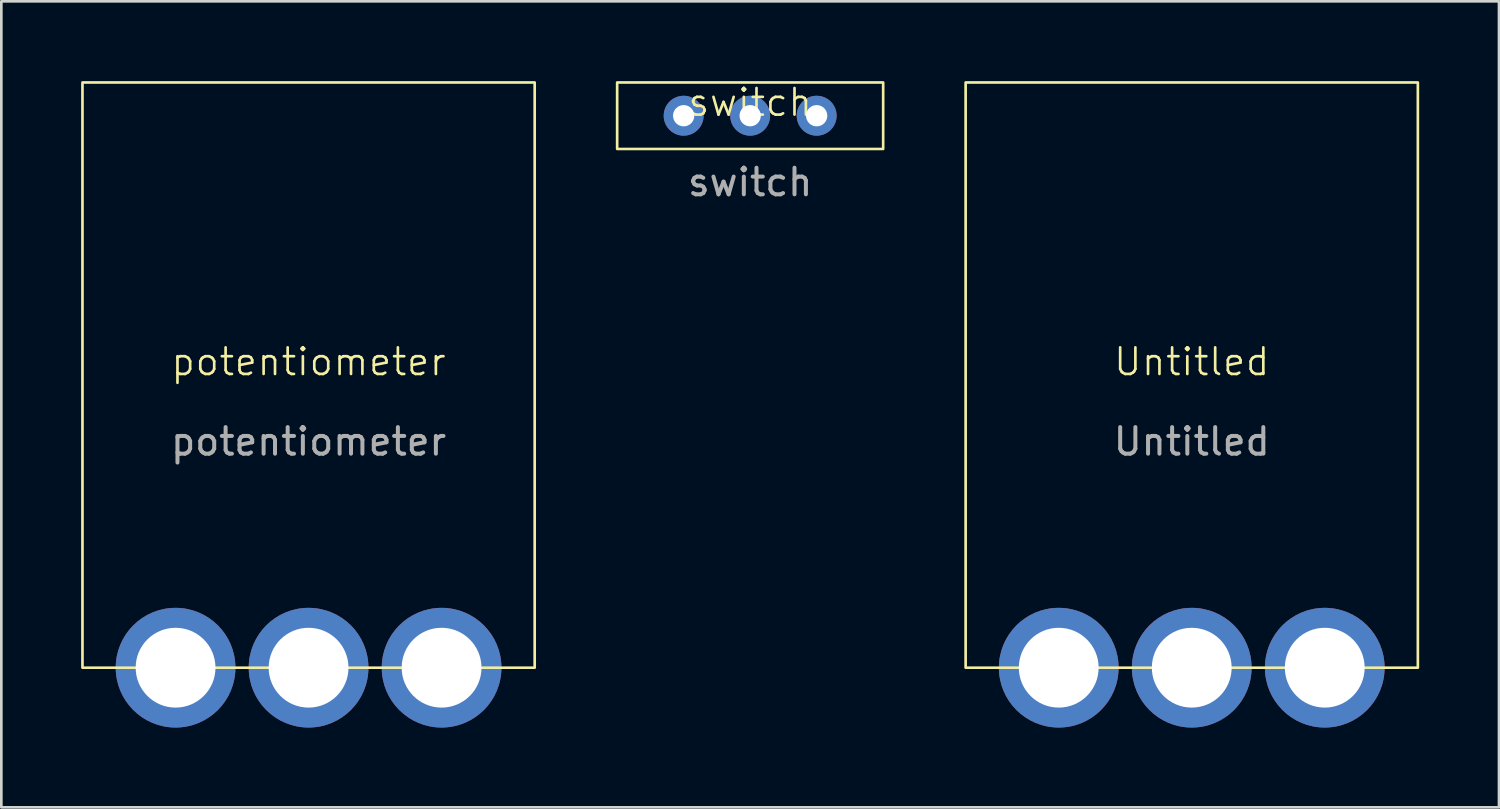
<source format=kicad_pcb>
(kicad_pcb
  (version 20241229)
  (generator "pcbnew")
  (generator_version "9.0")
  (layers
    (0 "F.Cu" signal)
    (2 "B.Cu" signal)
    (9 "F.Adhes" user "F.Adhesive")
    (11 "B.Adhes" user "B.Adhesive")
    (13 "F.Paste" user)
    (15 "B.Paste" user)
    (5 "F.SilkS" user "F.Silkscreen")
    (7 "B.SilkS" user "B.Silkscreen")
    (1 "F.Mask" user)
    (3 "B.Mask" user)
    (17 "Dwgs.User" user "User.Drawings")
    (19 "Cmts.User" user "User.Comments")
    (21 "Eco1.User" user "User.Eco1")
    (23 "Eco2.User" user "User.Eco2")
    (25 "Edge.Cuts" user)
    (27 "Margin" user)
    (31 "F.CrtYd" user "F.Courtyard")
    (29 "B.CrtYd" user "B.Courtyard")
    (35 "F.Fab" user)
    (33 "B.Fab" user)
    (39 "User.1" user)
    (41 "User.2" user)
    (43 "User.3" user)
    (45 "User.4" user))
  (footprint "potentiometer"
    (layer "F.Cu")
    (at 8.55 11.05)
    (property "Reference" "potentiometer" (at 0 -0.5 0) (unlocked yes) (layer "F.SilkS") (effects (font (size 1 1) (thickness 0.1))))
    (attr smd)
    (fp_rect (start -8.5 -11) (end 8.5 11) (stroke (width 0.1) (type default)) (fill no) (layer "F.SilkS"))
    (fp_text user "${REFERENCE}" (at 0 2.5 0) (unlocked yes) (layer "F.Fab") (effects (font (size 1 1) (thickness 0.15))))
    (pad "1" thru_hole circle (at -5 11) (size 4.5 4.5) (drill 3) (layers "*.Cu" "*.Mask"))
    (pad "2" thru_hole circle (at 0 11) (size 4.5 4.5) (drill 3) (layers "*.Cu" "*.Mask"))
    (pad "3" thru_hole circle (at 5 11 90) (size 4.5 4.5) (drill 3) (layers "*.Cu" "*.Mask")))
  (footprint "Untitled"
    (layer "F.Cu")
    (at 41.75 11.05)
    (property "Reference" "Untitled" (at 0 -0.5 0) (unlocked yes) (layer "F.SilkS") (effects (font (size 1 1) (thickness 0.1))))
    (attr smd)
    (fp_rect (start -8.5 -11) (end 8.5 11) (stroke (width 0.1) (type default)) (fill no) (layer "F.SilkS"))
    (fp_text user "${REFERENCE}" (at 0 2.5 0) (unlocked yes) (layer "F.Fab") (effects (font (size 1 1) (thickness 0.15))))
    (pad "1" thru_hole circle (at -5 11) (size 4.5 4.5) (drill 3) (layers "*.Cu" "*.Mask"))
    (pad "2" thru_hole circle (at 0 11) (size 4.5 4.5) (drill 3) (layers "*.Cu" "*.Mask"))
    (pad "3" thru_hole circle (at 5 11 90) (size 4.5 4.5) (drill 3) (layers "*.Cu" "*.Mask")))
  (footprint "switch"
    (layer "F.Cu")
    (at 25.15 1.3)
    (property "Reference" "switch" (at 0 -0.5 0) (unlocked yes) (layer "F.SilkS") (effects (font (size 1 1) (thickness 0.1))))
    (attr smd)
    (fp_rect (start -5 -1.25) (end 5 1.25) (stroke (width 0.1) (type default)) (fill no) (layer "F.SilkS"))
    (fp_text user "${REFERENCE}" (at 0 2.5 0) (unlocked yes) (layer "F.Fab") (effects (font (size 1 1) (thickness 0.15))))
    (pad "1" thru_hole circle (at -2.5 0 180) (size 1.5 1.5) (drill 0.8) (layers "*.Cu" "*.Mask"))
    (pad "1" thru_hole circle (at 0 0 180) (size 1.5 1.5) (drill 0.8) (layers "*.Cu" "*.Mask"))
    (pad "1" thru_hole circle (at 2.5 0 180) (size 1.5 1.5) (drill 0.8) (layers "*.Cu" "*.Mask")))
  (gr_rect
    (start -3 -3)
    (end 53.3 27.3)
    (stroke (width 0.1) (type default))
    (fill no)
    (layer "Edge.Cuts")))
</source>
